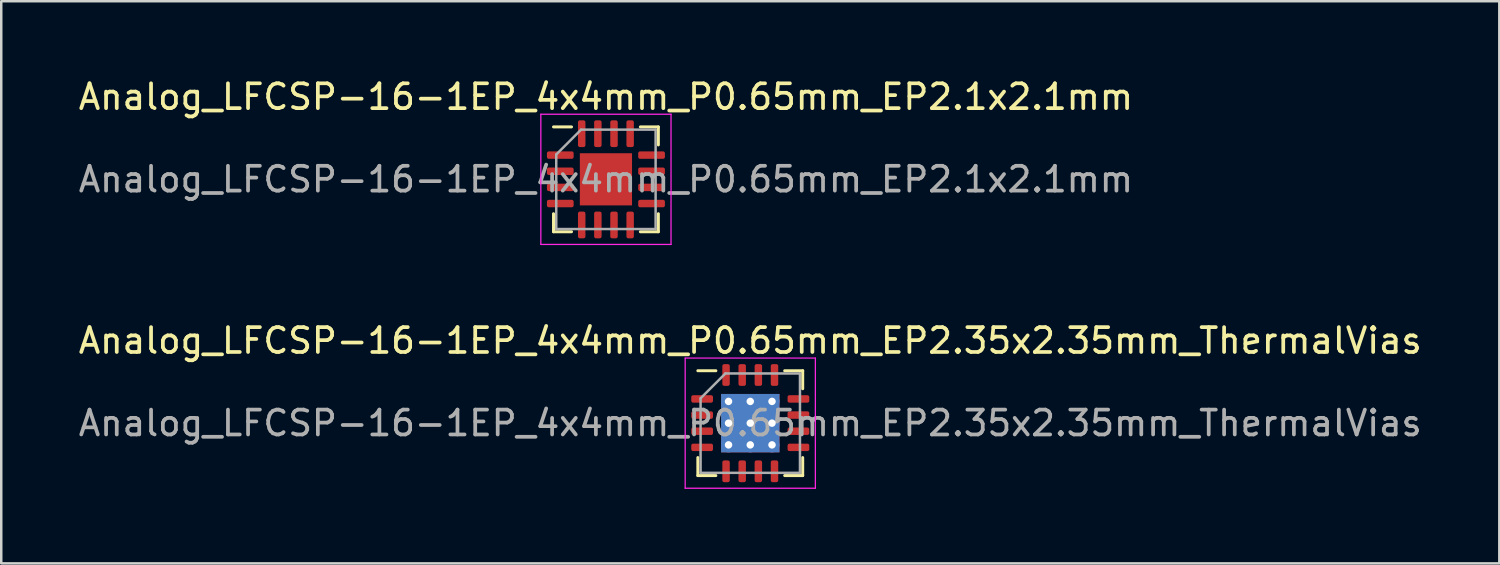
<source format=kicad_pcb>
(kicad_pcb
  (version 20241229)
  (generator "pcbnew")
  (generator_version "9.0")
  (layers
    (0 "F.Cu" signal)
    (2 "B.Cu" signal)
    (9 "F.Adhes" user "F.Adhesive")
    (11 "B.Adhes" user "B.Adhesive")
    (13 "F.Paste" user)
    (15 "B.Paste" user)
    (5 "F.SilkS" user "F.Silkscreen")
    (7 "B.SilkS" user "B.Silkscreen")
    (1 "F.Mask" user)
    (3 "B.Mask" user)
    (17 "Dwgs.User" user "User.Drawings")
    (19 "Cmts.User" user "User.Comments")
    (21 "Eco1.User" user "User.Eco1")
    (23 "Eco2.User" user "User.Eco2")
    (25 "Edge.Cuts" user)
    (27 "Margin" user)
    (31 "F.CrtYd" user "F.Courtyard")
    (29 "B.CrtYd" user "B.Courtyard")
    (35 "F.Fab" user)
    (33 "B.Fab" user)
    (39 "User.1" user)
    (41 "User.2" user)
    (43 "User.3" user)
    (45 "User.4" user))
  (footprint "Analog_LFCSP-16-1EP_4x4mm_P0.65mm_EP2.35x2.35mm_ThermalVias"
    (layer "F.Cu")
    (at 27.149 13.982)
    (property "Reference" "Analog_LFCSP-16-1EP_4x4mm_P0.65mm_EP2.35x2.35mm_ThermalVias" (at 0 -3.32 0) (layer "F.SilkS") (effects (font (size 1 1) (thickness 0.15))))
    (attr smd)
    (fp_line (start -2.11 2.11) (end -2.11 1.385) (stroke (width 0.12) (type solid)) (layer "F.SilkS"))
    (fp_line (start -1.385 -2.11) (end -2.11 -2.11) (stroke (width 0.12) (type solid)) (layer "F.SilkS"))
    (fp_line (start -1.385 2.11) (end -2.11 2.11) (stroke (width 0.12) (type solid)) (layer "F.SilkS"))
    (fp_line (start 1.385 -2.11) (end 2.11 -2.11) (stroke (width 0.12) (type solid)) (layer "F.SilkS"))
    (fp_line (start 1.385 2.11) (end 2.11 2.11) (stroke (width 0.12) (type solid)) (layer "F.SilkS"))
    (fp_line (start 2.11 -2.11) (end 2.11 -1.385) (stroke (width 0.12) (type solid)) (layer "F.SilkS"))
    (fp_line (start 2.11 2.11) (end 2.11 1.385) (stroke (width 0.12) (type solid)) (layer "F.SilkS"))
    (fp_line (start -2.62 -2.62) (end -2.62 2.62) (stroke (width 0.05) (type solid)) (layer "F.CrtYd"))
    (fp_line (start -2.62 2.62) (end 2.62 2.62) (stroke (width 0.05) (type solid)) (layer "F.CrtYd"))
    (fp_line (start 2.62 -2.62) (end -2.62 -2.62) (stroke (width 0.05) (type solid)) (layer "F.CrtYd"))
    (fp_line (start 2.62 2.62) (end 2.62 -2.62) (stroke (width 0.05) (type solid)) (layer "F.CrtYd"))
    (fp_line (start -2 -1) (end -1 -2) (stroke (width 0.1) (type solid)) (layer "F.Fab"))
    (fp_line (start -2 2) (end -2 -1) (stroke (width 0.1) (type solid)) (layer "F.Fab"))
    (fp_line (start -1 -2) (end 2 -2) (stroke (width 0.1) (type solid)) (layer "F.Fab"))
    (fp_line (start 2 -2) (end 2 2) (stroke (width 0.1) (type solid)) (layer "F.Fab"))
    (fp_line (start 2 2) (end -2 2) (stroke (width 0.1) (type solid)) (layer "F.Fab"))
    (fp_text user "${REFERENCE}" (at 0 0 0) (layer "F.Fab") (effects (font (size 1 1) (thickness 0.15))))
    (pad "" smd roundrect (at -0.59 -0.59) (size 1.02 1.02) (layers "F.Paste") (roundrect_rratio 0.245))
    (pad "" smd roundrect (at -0.59 0.59) (size 1.02 1.02) (layers "F.Paste") (roundrect_rratio 0.245))
    (pad "" smd roundrect (at 0.59 -0.59) (size 1.02 1.02) (layers "F.Paste") (roundrect_rratio 0.245))
    (pad "" smd roundrect (at 0.59 0.59) (size 1.02 1.02) (layers "F.Paste") (roundrect_rratio 0.245))
    (pad "1" smd roundrect (at -1.938 -0.975) (size 0.875 0.3) (layers "F.Cu" "F.Mask" "F.Paste") (roundrect_rratio 0.25))
    (pad "2" smd roundrect (at -1.938 -0.325) (size 0.875 0.3) (layers "F.Cu" "F.Mask" "F.Paste") (roundrect_rratio 0.25))
    (pad "3" smd roundrect (at -1.938 0.325) (size 0.875 0.3) (layers "F.Cu" "F.Mask" "F.Paste") (roundrect_rratio 0.25))
    (pad "4" smd roundrect (at -1.938 0.975) (size 0.875 0.3) (layers "F.Cu" "F.Mask" "F.Paste") (roundrect_rratio 0.25))
    (pad "5" smd roundrect (at -0.975 1.938) (size 0.3 0.875) (layers "F.Cu" "F.Mask" "F.Paste") (roundrect_rratio 0.25))
    (pad "6" smd roundrect (at -0.325 1.938) (size 0.3 0.875) (layers "F.Cu" "F.Mask" "F.Paste") (roundrect_rratio 0.25))
    (pad "7" smd roundrect (at 0.325 1.938) (size 0.3 0.875) (layers "F.Cu" "F.Mask" "F.Paste") (roundrect_rratio 0.25))
    (pad "8" smd roundrect (at 0.975 1.938) (size 0.3 0.875) (layers "F.Cu" "F.Mask" "F.Paste") (roundrect_rratio 0.25))
    (pad "9" smd roundrect (at 1.938 0.975) (size 0.875 0.3) (layers "F.Cu" "F.Mask" "F.Paste") (roundrect_rratio 0.25))
    (pad "10" smd roundrect (at 1.938 0.325) (size 0.875 0.3) (layers "F.Cu" "F.Mask" "F.Paste") (roundrect_rratio 0.25))
    (pad "11" smd roundrect (at 1.938 -0.325) (size 0.875 0.3) (layers "F.Cu" "F.Mask" "F.Paste") (roundrect_rratio 0.25))
    (pad "12" smd roundrect (at 1.938 -0.975) (size 0.875 0.3) (layers "F.Cu" "F.Mask" "F.Paste") (roundrect_rratio 0.25))
    (pad "13" smd roundrect (at 0.975 -1.938) (size 0.3 0.875) (layers "F.Cu" "F.Mask" "F.Paste") (roundrect_rratio 0.25))
    (pad "14" smd roundrect (at 0.325 -1.938) (size 0.3 0.875) (layers "F.Cu" "F.Mask" "F.Paste") (roundrect_rratio 0.25))
    (pad "15" smd roundrect (at -0.325 -1.938) (size 0.3 0.875) (layers "F.Cu" "F.Mask" "F.Paste") (roundrect_rratio 0.25))
    (pad "16" smd roundrect (at -0.975 -1.938) (size 0.3 0.875) (layers "F.Cu" "F.Mask" "F.Paste") (roundrect_rratio 0.25))
    (pad "17" thru_hole circle (at -0.875 -0.875) (size 0.6 0.6) (drill 0.3) (layers "*.Cu"))
    (pad "17" thru_hole circle (at -0.875 0) (size 0.6 0.6) (drill 0.3) (layers "*.Cu"))
    (pad "17" thru_hole circle (at -0.875 0.875) (size 0.6 0.6) (drill 0.3) (layers "*.Cu"))
    (pad "17" thru_hole circle (at 0 -0.875) (size 0.6 0.6) (drill 0.3) (layers "*.Cu"))
    (pad "17" thru_hole circle (at 0 0) (size 0.6 0.6) (drill 0.3) (layers "*.Cu"))
    (pad "17" smd rect (at 0 0) (size 2.35 2.35) (layers "F.Cu" "F.Mask"))
    (pad "17" smd rect (at 0 0) (size 2.35 2.35) (layers "B.Cu"))
    (pad "17" thru_hole circle (at 0 0.875) (size 0.6 0.6) (drill 0.3) (layers "*.Cu"))
    (pad "17" thru_hole circle (at 0.875 -0.875) (size 0.6 0.6) (drill 0.3) (layers "*.Cu"))
    (pad "17" thru_hole circle (at 0.875 0) (size 0.6 0.6) (drill 0.3) (layers "*.Cu"))
    (pad "17" thru_hole circle (at 0.875 0.875) (size 0.6 0.6) (drill 0.3) (layers "*.Cu")))
  (footprint "Analog_LFCSP-16-1EP_4x4mm_P0.65mm_EP2.1x2.1mm"
    (layer "F.Cu")
    (at 21.339 4.168)
    (property "Reference" "Analog_LFCSP-16-1EP_4x4mm_P0.65mm_EP2.1x2.1mm" (at 0 -3.32 0) (layer "F.SilkS") (effects (font (size 1 1) (thickness 0.15))))
    (attr smd)
    (fp_line (start -2.11 2.11) (end -2.11 1.385) (stroke (width 0.12) (type solid)) (layer "F.SilkS"))
    (fp_line (start -1.385 -2.11) (end -2.11 -2.11) (stroke (width 0.12) (type solid)) (layer "F.SilkS"))
    (fp_line (start -1.385 2.11) (end -2.11 2.11) (stroke (width 0.12) (type solid)) (layer "F.SilkS"))
    (fp_line (start 1.385 -2.11) (end 2.11 -2.11) (stroke (width 0.12) (type solid)) (layer "F.SilkS"))
    (fp_line (start 1.385 2.11) (end 2.11 2.11) (stroke (width 0.12) (type solid)) (layer "F.SilkS"))
    (fp_line (start 2.11 -2.11) (end 2.11 -1.385) (stroke (width 0.12) (type solid)) (layer "F.SilkS"))
    (fp_line (start 2.11 2.11) (end 2.11 1.385) (stroke (width 0.12) (type solid)) (layer "F.SilkS"))
    (fp_line (start -2.62 -2.62) (end -2.62 2.62) (stroke (width 0.05) (type solid)) (layer "F.CrtYd"))
    (fp_line (start -2.62 2.62) (end 2.62 2.62) (stroke (width 0.05) (type solid)) (layer "F.CrtYd"))
    (fp_line (start 2.62 -2.62) (end -2.62 -2.62) (stroke (width 0.05) (type solid)) (layer "F.CrtYd"))
    (fp_line (start 2.62 2.62) (end 2.62 -2.62) (stroke (width 0.05) (type solid)) (layer "F.CrtYd"))
    (fp_line (start -2 -1) (end -1 -2) (stroke (width 0.1) (type solid)) (layer "F.Fab"))
    (fp_line (start -2 2) (end -2 -1) (stroke (width 0.1) (type solid)) (layer "F.Fab"))
    (fp_line (start -1 -2) (end 2 -2) (stroke (width 0.1) (type solid)) (layer "F.Fab"))
    (fp_line (start 2 -2) (end 2 2) (stroke (width 0.1) (type solid)) (layer "F.Fab"))
    (fp_line (start 2 2) (end -2 2) (stroke (width 0.1) (type solid)) (layer "F.Fab"))
    (fp_text user "${REFERENCE}" (at 0 0 0) (layer "F.Fab") (effects (font (size 1 1) (thickness 0.15))))
    (pad "" smd roundrect (at -0.525 -0.525) (size 0.85 0.85) (layers "F.Paste") (roundrect_rratio 0.25))
    (pad "" smd roundrect (at -0.525 0.525) (size 0.85 0.85) (layers "F.Paste") (roundrect_rratio 0.25))
    (pad "" smd roundrect (at 0.525 -0.525) (size 0.85 0.85) (layers "F.Paste") (roundrect_rratio 0.25))
    (pad "" smd roundrect (at 0.525 0.525) (size 0.85 0.85) (layers "F.Paste") (roundrect_rratio 0.25))
    (pad "1" smd roundrect (at -1.837 -0.975) (size 1.075 0.3) (layers "F.Cu" "F.Mask" "F.Paste") (roundrect_rratio 0.25))
    (pad "2" smd roundrect (at -1.837 -0.325) (size 1.075 0.3) (layers "F.Cu" "F.Mask" "F.Paste") (roundrect_rratio 0.25))
    (pad "3" smd roundrect (at -1.837 0.325) (size 1.075 0.3) (layers "F.Cu" "F.Mask" "F.Paste") (roundrect_rratio 0.25))
    (pad "4" smd roundrect (at -1.837 0.975) (size 1.075 0.3) (layers "F.Cu" "F.Mask" "F.Paste") (roundrect_rratio 0.25))
    (pad "5" smd roundrect (at -0.975 1.837) (size 0.3 1.075) (layers "F.Cu" "F.Mask" "F.Paste") (roundrect_rratio 0.25))
    (pad "6" smd roundrect (at -0.325 1.837) (size 0.3 1.075) (layers "F.Cu" "F.Mask" "F.Paste") (roundrect_rratio 0.25))
    (pad "7" smd roundrect (at 0.325 1.837) (size 0.3 1.075) (layers "F.Cu" "F.Mask" "F.Paste") (roundrect_rratio 0.25))
    (pad "8" smd roundrect (at 0.975 1.837) (size 0.3 1.075) (layers "F.Cu" "F.Mask" "F.Paste") (roundrect_rratio 0.25))
    (pad "9" smd roundrect (at 1.837 0.975) (size 1.075 0.3) (layers "F.Cu" "F.Mask" "F.Paste") (roundrect_rratio 0.25))
    (pad "10" smd roundrect (at 1.837 0.325) (size 1.075 0.3) (layers "F.Cu" "F.Mask" "F.Paste") (roundrect_rratio 0.25))
    (pad "11" smd roundrect (at 1.837 -0.325) (size 1.075 0.3) (layers "F.Cu" "F.Mask" "F.Paste") (roundrect_rratio 0.25))
    (pad "12" smd roundrect (at 1.837 -0.975) (size 1.075 0.3) (layers "F.Cu" "F.Mask" "F.Paste") (roundrect_rratio 0.25))
    (pad "13" smd roundrect (at 0.975 -1.837) (size 0.3 1.075) (layers "F.Cu" "F.Mask" "F.Paste") (roundrect_rratio 0.25))
    (pad "14" smd roundrect (at 0.325 -1.837) (size 0.3 1.075) (layers "F.Cu" "F.Mask" "F.Paste") (roundrect_rratio 0.25))
    (pad "15" smd roundrect (at -0.325 -1.837) (size 0.3 1.075) (layers "F.Cu" "F.Mask" "F.Paste") (roundrect_rratio 0.25))
    (pad "16" smd roundrect (at -0.975 -1.837) (size 0.3 1.075) (layers "F.Cu" "F.Mask" "F.Paste") (roundrect_rratio 0.25))
    (pad "17" smd rect (at 0 0) (size 2.1 2.1) (layers "F.Cu" "F.Mask")))
  (gr_rect
    (start -3 -3)
    (end 57.298 19.627)
    (stroke (width 0.1) (type default))
    (fill no)
    (layer "Edge.Cuts")))
</source>
